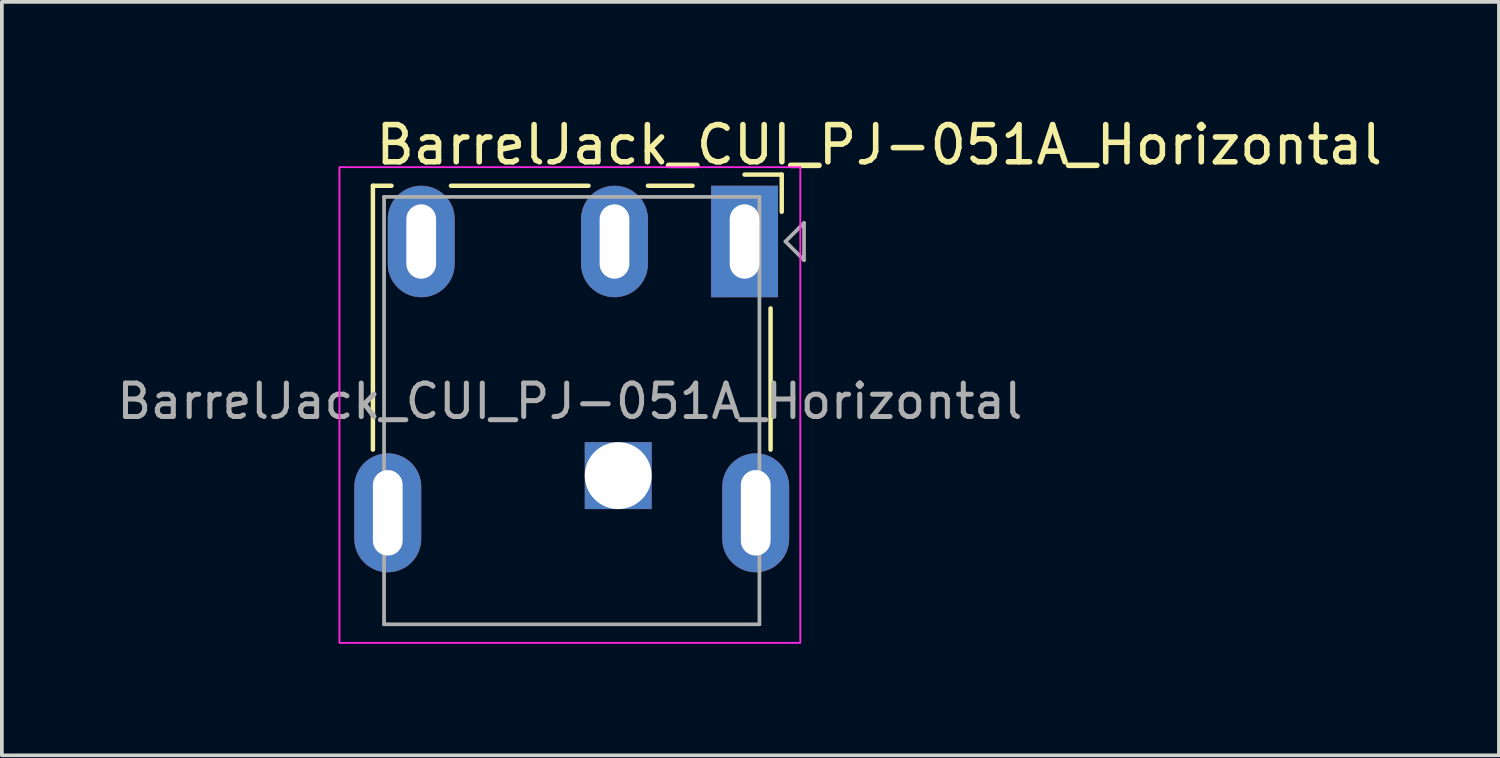
<source format=kicad_pcb>
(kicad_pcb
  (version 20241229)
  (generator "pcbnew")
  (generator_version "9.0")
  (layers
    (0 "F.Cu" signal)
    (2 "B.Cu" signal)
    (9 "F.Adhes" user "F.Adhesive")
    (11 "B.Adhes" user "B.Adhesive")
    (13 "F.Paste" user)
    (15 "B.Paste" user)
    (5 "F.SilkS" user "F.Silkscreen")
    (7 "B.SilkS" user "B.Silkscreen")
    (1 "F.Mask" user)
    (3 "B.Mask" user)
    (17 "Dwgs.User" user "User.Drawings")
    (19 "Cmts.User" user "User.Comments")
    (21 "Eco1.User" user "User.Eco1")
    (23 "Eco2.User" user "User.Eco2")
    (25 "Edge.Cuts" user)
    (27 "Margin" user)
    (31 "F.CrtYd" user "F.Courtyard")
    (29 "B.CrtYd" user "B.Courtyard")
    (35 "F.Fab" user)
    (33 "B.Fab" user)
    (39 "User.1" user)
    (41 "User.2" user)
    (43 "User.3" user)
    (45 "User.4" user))
  (footprint "BarrelJack_CUI_PJ-051A_Horizontal"
    (layer "F.Cu")
    (at 13.584 9.748)
    (property "Reference" "BarrelJack_CUI_PJ-051A_Horizontal" (at -6.6 -8.9 0) (layer "F.SilkS") (effects (font (size 1 1) (thickness 0.15)) (justify left)))
    (attr through_hole)
    (fp_line (start -6.6 -0.7) (end -6.6 -7.8) (stroke (width 0.12) (type default)) (layer "F.SilkS"))
    (fp_line (start -6.1 -7.8) (end -6.6 -7.8) (stroke (width 0.12) (type default)) (layer "F.SilkS"))
    (fp_line (start -0.8 -7.8) (end -4.5 -7.8) (stroke (width 0.12) (type default)) (layer "F.SilkS"))
    (fp_line (start 2 -7.8) (end 0.8 -7.8) (stroke (width 0.12) (type default)) (layer "F.SilkS"))
    (fp_line (start 4.1 -0.7) (end 4.1 -4.5) (stroke (width 0.12) (type default)) (layer "F.SilkS"))
    (fp_line (start 4.4 -8.1) (end 3.4 -8.1) (stroke (width 0.12) (type default)) (layer "F.SilkS"))
    (fp_line (start 4.4 -8.1) (end 4.4 -7.1) (stroke (width 0.12) (type default)) (layer "F.SilkS"))
    (fp_rect (start -7.5 -8.3) (end 4.9 4.5) (stroke (width 0.05) (type default)) (fill no) (layer "F.CrtYd"))
    (fp_line (start -6.3 -7.5) (end 3.8 -7.5) (stroke (width 0.1) (type default)) (layer "F.Fab"))
    (fp_line (start -6.3 4) (end -6.3 -7.5) (stroke (width 0.1) (type default)) (layer "F.Fab"))
    (fp_line (start 3.8 -7.5) (end 3.8 4) (stroke (width 0.1) (type default)) (layer "F.Fab"))
    (fp_line (start 3.8 4) (end -6.3 4) (stroke (width 0.1) (type default)) (layer "F.Fab"))
    (fp_line (start 4.5 -6.3) (end 5 -6.8) (stroke (width 0.1) (type default)) (layer "F.Fab"))
    (fp_line (start 4.5 -6.3) (end 5 -5.8) (stroke (width 0.1) (type default)) (layer "F.Fab"))
    (fp_line (start 5 -6.8) (end 5 -5.8) (stroke (width 0.1) (type default)) (layer "F.Fab"))
    (fp_text user "${REFERENCE}" (at -1.3 -2 0) (layer "F.Fab") (effects (font (size 0.9 0.9) (thickness 0.135))))
    (pad "" np_thru_hole rect (at 0 0 180) (size 1.8 1.8) (drill oval 3.3 1.8) (layers "*.Cu" "*.Mask"))
    (pad "1" thru_hole rect (at 3.4 -6.3 180) (size 1.8 3) (drill oval 0.8 2) (layers "*.Cu" "*.Mask"))
    (pad "2" thru_hole oval (at -5.3 -6.3 180) (size 1.8 3) (drill oval 0.8 2) (layers "*.Cu" "*.Mask"))
    (pad "3" thru_hole oval (at -0.1 -6.3 180) (size 1.8 3) (drill oval 0.8 2) (layers "*.Cu" "*.Mask"))
    (pad "SH" thru_hole oval (at -6.2 1 180) (size 1.8 3.2) (drill oval 0.8 2.3) (layers "*.Cu" "*.Mask"))
    (pad "SH" thru_hole oval (at 3.7 1 180) (size 1.8 3.2) (drill oval 0.8 2.3) (layers "*.Cu" "*.Mask")))
  (gr_rect
    (start -3 -3)
    (end 37.282 17.273)
    (stroke (width 0.1) (type default))
    (fill no)
    (layer "Edge.Cuts")))
</source>
